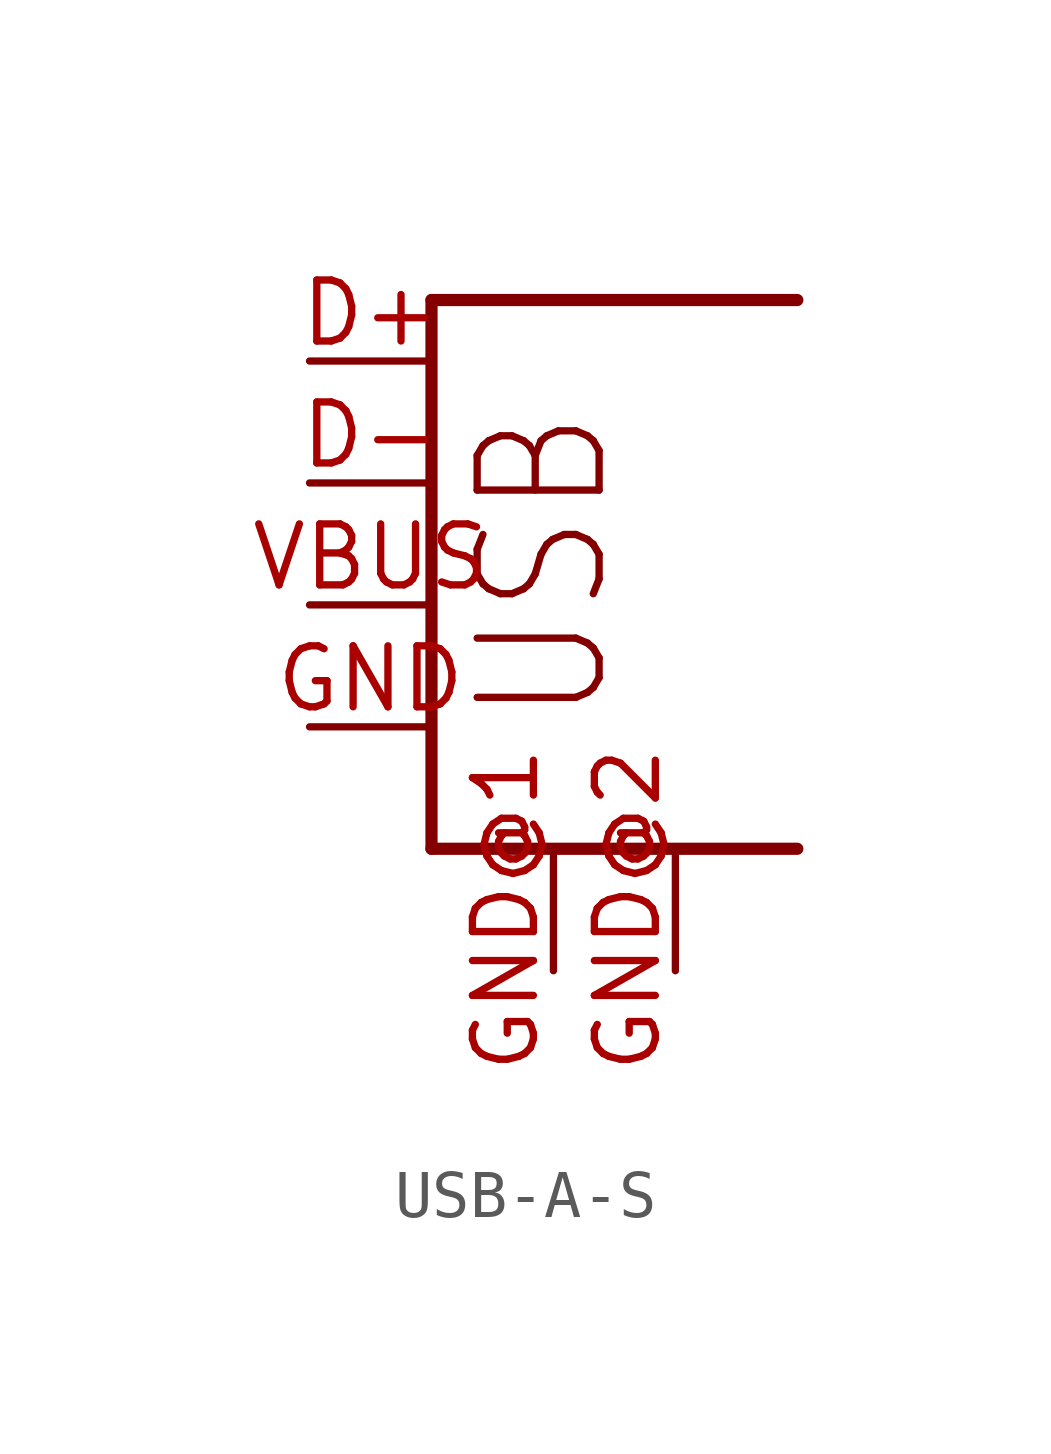
<source format=kicad_sym>
(kicad_symbol_lib
  (version 20231120)
  (generator "kicad_symbol_editor")
  (generator_version "8.0")
  (symbol "USB-A-S"
    (property "Reference" "USB"
      (at 0 0 0)
      (effects (font (size 1.27 1.27)) (hide yes)))
    (property "ki_locked" ""
      (at 0 0 0)
      (effects (font (size 1.27 1.27))))
    (symbol "USB-A-S_1_0"
      (polyline (pts (xy 0 -2.54) (xy 7.62 -2.54)) (stroke (width 0.254) (type solid)) (fill (type none)))
      (polyline (pts (xy 0 8.89) (xy 0 -2.54)) (stroke (width 0.254) (type solid)) (fill (type none)))
      (polyline (pts (xy 7.62 8.89) (xy 0 8.89)) (stroke (width 0.254) (type solid)) (fill (type none)))
      (text "USB" (at 3.81 0 900) (effects (font (size 2.54 2.159)) (justify left bottom)))
      (pin bidirectional line (at -2.54 7.62 0) (length 2.54) (name "D+" (effects (font (size 0 0)))) (number "D+" (effects (font (size 1.27 1.27)))))
      (pin bidirectional line (at -2.54 5.08 0) (length 2.54) (name "D-" (effects (font (size 0 0)))) (number "D-" (effects (font (size 1.27 1.27)))))
      (pin bidirectional line (at -2.54 0 0) (length 2.54) (name "GND" (effects (font (size 0 0)))) (number "GND" (effects (font (size 1.27 1.27)))))
      (pin bidirectional line (at 2.54 -5.08 90) (length 2.54) (name "GND@1" (effects (font (size 0 0)))) (number "GND@1" (effects (font (size 1.27 1.27)))))
      (pin bidirectional line (at 5.08 -5.08 90) (length 2.54) (name "GND@2" (effects (font (size 0 0)))) (number "GND@2" (effects (font (size 1.27 1.27)))))
      (pin bidirectional line (at -2.54 2.54 0) (length 2.54) (name "VBUS" (effects (font (size 0 0)))) (number "VBUS" (effects (font (size 1.27 1.27))))))))
</source>
